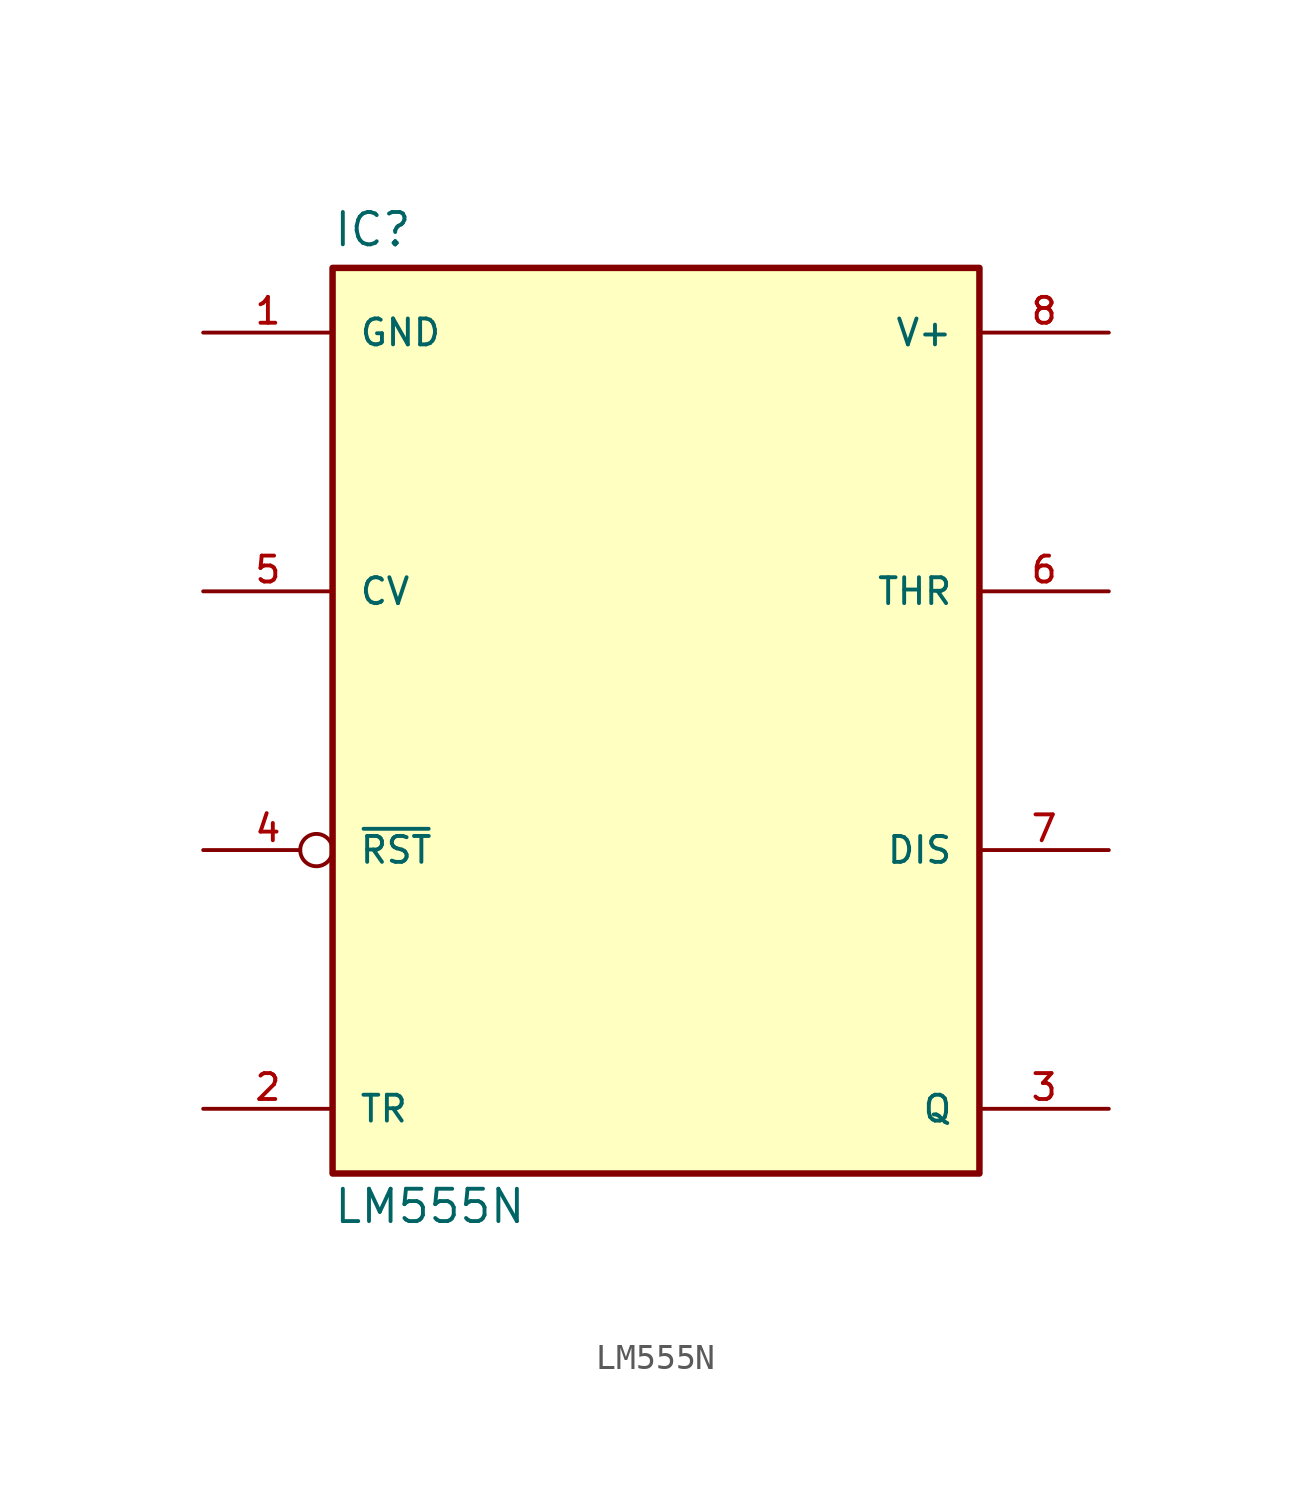
<source format=kicad_sym>
(kicad_symbol_lib
  (version 20211014)
  (generator kicad_symbol_editor)
  (symbol "LM555N"
    (pin_names
      (offset 1.016))
    (property "Reference" "IC"
      (at -12.7 18.542 0)
      (effects (font (size 1.27 1.27)) (justify bottom left)))
    (property "Value" "LM555N"
      (at -12.7 -19.812 0)
      (effects (font (size 1.27 1.27)) (justify bottom left)))
    (symbol "LM555N_0_0"
      (rectangle (start -12.7 -17.78) (end 12.7 17.78) (stroke (width 0.254)) (fill (type background)))
      (pin power_in line (at -17.78 15.24 0) (length 5.08) (name "GND" (effects (font (size 1.016 1.016)))) (number "1" (effects (font (size 1.016 1.016)))))
      (pin input line (at -17.78 -15.24 0) (length 5.08) (name "TR" (effects (font (size 1.016 1.016)))) (number "2" (effects (font (size 1.016 1.016)))))
      (pin input inverted (at -17.78 -5.08 0) (length 5.08) (name "~{RST}" (effects (font (size 1.016 1.016)))) (number "4" (effects (font (size 1.016 1.016)))))
      (pin output line (at 17.78 -15.24 180.0) (length 5.08) (name "Q" (effects (font (size 1.016 1.016)))) (number "3" (effects (font (size 1.016 1.016)))))
      (pin input line (at 17.78 5.08 180.0) (length 5.08) (name "THR" (effects (font (size 1.016 1.016)))) (number "6" (effects (font (size 1.016 1.016)))))
      (pin input line (at 17.78 -5.08 180.0) (length 5.08) (name "DIS" (effects (font (size 1.016 1.016)))) (number "7" (effects (font (size 1.016 1.016)))))
      (pin input line (at -17.78 5.08 0) (length 5.08) (name "CV" (effects (font (size 1.016 1.016)))) (number "5" (effects (font (size 1.016 1.016)))))
      (pin power_in line (at 17.78 15.24 180.0) (length 5.08) (name "V+" (effects (font (size 1.016 1.016)))) (number "8" (effects (font (size 1.016 1.016))))))))
</source>
